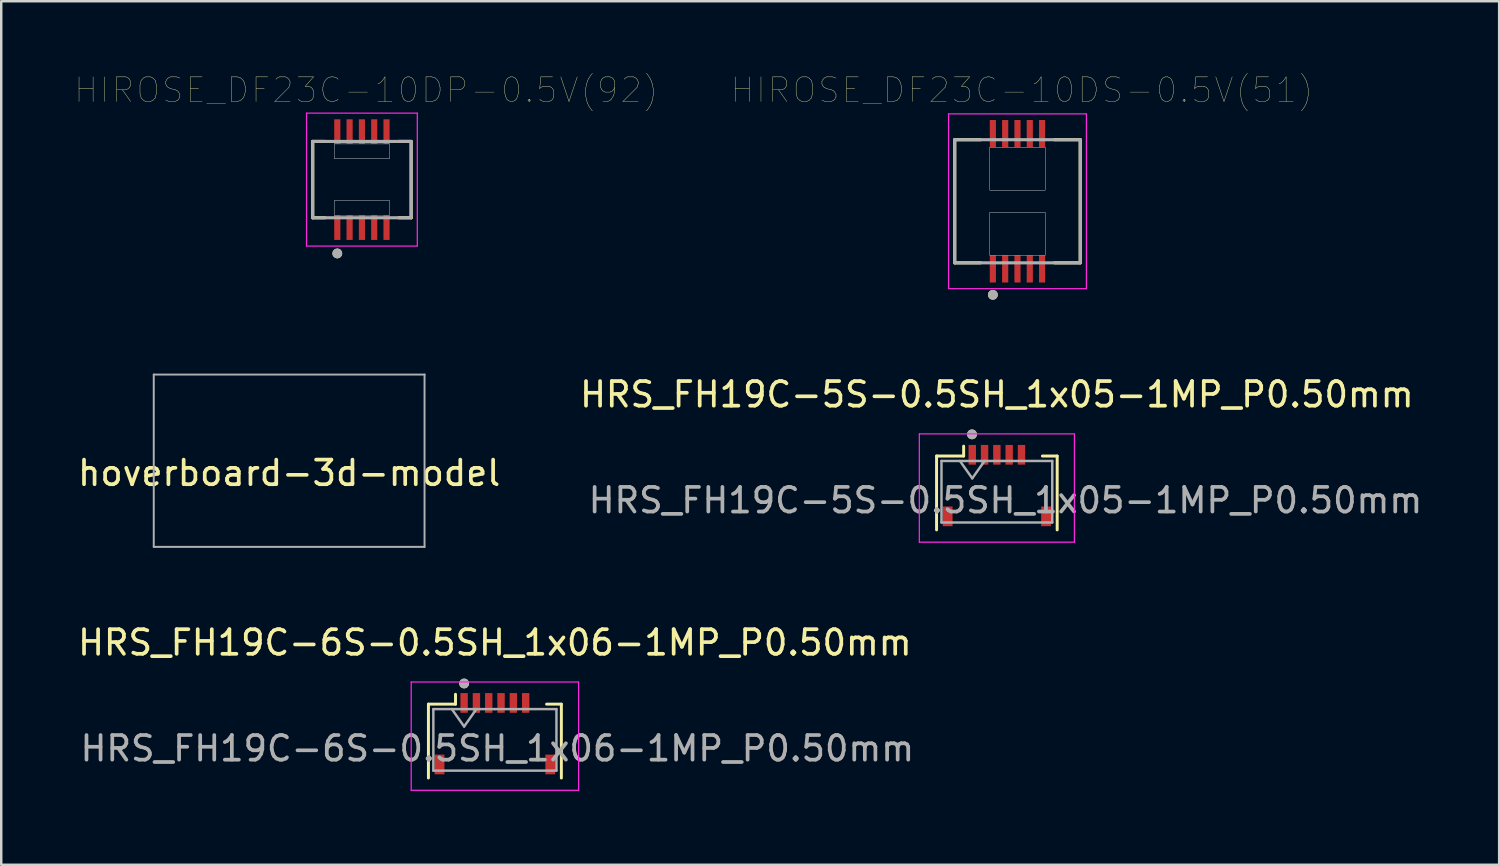
<source format=kicad_pcb>
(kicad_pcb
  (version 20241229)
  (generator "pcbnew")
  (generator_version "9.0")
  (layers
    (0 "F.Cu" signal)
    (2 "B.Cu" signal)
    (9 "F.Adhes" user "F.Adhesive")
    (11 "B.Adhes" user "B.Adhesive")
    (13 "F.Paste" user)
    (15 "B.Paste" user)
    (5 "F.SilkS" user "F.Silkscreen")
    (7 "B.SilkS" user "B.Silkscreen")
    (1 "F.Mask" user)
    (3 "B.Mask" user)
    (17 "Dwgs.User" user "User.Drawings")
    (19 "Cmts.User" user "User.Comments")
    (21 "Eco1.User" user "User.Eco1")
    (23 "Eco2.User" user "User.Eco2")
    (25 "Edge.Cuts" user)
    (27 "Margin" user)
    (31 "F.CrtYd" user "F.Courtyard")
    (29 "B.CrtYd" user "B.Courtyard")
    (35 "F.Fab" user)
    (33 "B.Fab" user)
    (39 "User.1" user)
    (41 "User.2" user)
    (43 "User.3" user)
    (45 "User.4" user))
  (footprint "hoverboard-3d-model"
    (layer "F.Cu")
    (at 8.696 15.666)
    (property "Reference" "hoverboard-3d-model" (at 0 0.5 0) (layer "F.SilkS") (effects (font (size 1 1) (thickness 0.15))))
    (attr through_hole)
    (fp_line (start -5.5 -3.5) (end -5.5 3.5) (stroke (width 0.08) (type solid)) (layer "F.Fab"))
    (fp_line (start -5.5 3.5) (end 5.5 3.5) (stroke (width 0.08) (type solid)) (layer "F.Fab"))
    (fp_line (start 5.5 -3.5) (end -5.5 -3.5) (stroke (width 0.08) (type solid)) (layer "F.Fab"))
    (fp_line (start 5.5 3.5) (end 5.5 -3.5) (stroke (width 0.08) (type solid)) (layer "F.Fab")))
  (footprint "HRS_FH19C-5S-0.5SH_1x05-1MP_P0.50mm"
    (layer "F.Cu")
    (at 37.446 16.675)
    (property "Reference" "HRS_FH19C-5S-0.5SH_1x05-1MP_P0.50mm" (at 0 -3.7 0) (layer "F.SilkS") (effects (font (size 1 1) (thickness 0.15))))
    (attr smd)
    (fp_line (start -2.45 -1.2) (end -2.45 1.8) (stroke (width 0.12) (type solid)) (layer "F.SilkS"))
    (fp_line (start -1.35 -1.6) (end -1.35 -1.2) (stroke (width 0.12) (type solid)) (layer "F.SilkS"))
    (fp_line (start -1.35 -1.2) (end -2.45 -1.2) (stroke (width 0.12) (type solid)) (layer "F.SilkS"))
    (fp_line (start 1.85 -1.2) (end 2.45 -1.2) (stroke (width 0.12) (type solid)) (layer "F.SilkS"))
    (fp_line (start 2.45 -1.2) (end 2.45 1.8) (stroke (width 0.12) (type solid)) (layer "F.SilkS"))
    (fp_circle (center -1.01 -2.08) (end -0.91 -2.08) (stroke (width 0.2) (type solid)) (fill no) (layer "F.SilkS"))
    (fp_line (start -3.15 -2.1) (end -3.15 2.3) (stroke (width 0.05) (type solid)) (layer "F.CrtYd"))
    (fp_line (start -3.15 2.3) (end 3.15 2.3) (stroke (width 0.05) (type solid)) (layer "F.CrtYd"))
    (fp_line (start 3.15 -2.1) (end -3.15 -2.1) (stroke (width 0.05) (type solid)) (layer "F.CrtYd"))
    (fp_line (start 3.15 2.3) (end 3.15 -2.1) (stroke (width 0.05) (type solid)) (layer "F.CrtYd"))
    (fp_line (start -2.25 -1) (end -2.25 1.5) (stroke (width 0.1) (type solid)) (layer "F.Fab"))
    (fp_line (start -2.25 1.5) (end 2.25 1.5) (stroke (width 0.1) (type solid)) (layer "F.Fab"))
    (fp_line (start -1.5 -1) (end -1 -0.293) (stroke (width 0.1) (type solid)) (layer "F.Fab"))
    (fp_line (start -1 -0.293) (end -0.5 -1) (stroke (width 0.1) (type solid)) (layer "F.Fab"))
    (fp_line (start 0.25 -1) (end -2.25 -1) (stroke (width 0.1) (type solid)) (layer "F.Fab"))
    (fp_line (start 0.25 -1) (end 2.25 -1) (stroke (width 0.1) (type solid)) (layer "F.Fab"))
    (fp_line (start 2.25 -1) (end 2.25 1.5) (stroke (width 0.1) (type solid)) (layer "F.Fab"))
    (fp_circle (center -1.01 -2.08) (end -0.91 -2.08) (stroke (width 0.2) (type solid)) (fill no) (layer "F.Fab"))
    (fp_text user "${REFERENCE}" (at 0.35 0.6 0) (layer "F.Fab") (effects (font (size 1 1) (thickness 0.15))))
    (pad "1" smd rect (at -1 -1.25) (size 0.3 0.8) (layers "F.Cu" "F.Mask" "F.Paste"))
    (pad "2" smd rect (at -0.5 -1.25) (size 0.3 0.8) (layers "F.Cu" "F.Mask" "F.Paste"))
    (pad "3" smd rect (at 0 -1.25) (size 0.3 0.8) (layers "F.Cu" "F.Mask" "F.Paste"))
    (pad "4" smd rect (at 0.5 -1.25) (size 0.3 0.8) (layers "F.Cu" "F.Mask" "F.Paste"))
    (pad "5" smd rect (at 1 -1.25) (size 0.3 0.8) (layers "F.Cu" "F.Mask" "F.Paste"))
    (pad "MP" smd rect (at -2 1.25) (size 0.4 0.8) (layers "F.Cu" "F.Mask" "F.Paste"))
    (pad "MP" smd rect (at 2 1.25) (size 0.4 0.8) (layers "F.Cu" "F.Mask" "F.Paste")))
  (footprint "HIROSE_DF23C-10DP-0.5V(92)"
    (layer "F.Cu")
    (at 11.652 4.246)
    (property "Reference" "HIROSE_DF23C-10DP-0.5V(92)" (at 0.175 -3.635 0) (layer "F.SilkS") (effects (font (size 1 1) (thickness 0.015))))
    (attr through_hole)
    (fp_line (start -2 -1.55) (end -1.5 -1.55) (stroke (width 0.127) (type solid)) (layer "F.SilkS"))
    (fp_line (start -2 1.55) (end -2 -1.55) (stroke (width 0.127) (type solid)) (layer "F.SilkS"))
    (fp_line (start -1.5 1.55) (end -2 1.55) (stroke (width 0.127) (type solid)) (layer "F.SilkS"))
    (fp_line (start 1.5 -1.55) (end 2 -1.55) (stroke (width 0.127) (type solid)) (layer "F.SilkS"))
    (fp_line (start 2 -1.55) (end 2 1.55) (stroke (width 0.127) (type solid)) (layer "F.SilkS"))
    (fp_line (start 2 1.55) (end 1.5 1.55) (stroke (width 0.127) (type solid)) (layer "F.SilkS"))
    (fp_circle (center -1 3) (end -0.9 3) (stroke (width 0.2) (type solid)) (fill no) (layer "F.SilkS"))
    (fp_poly (pts (xy -1.125 -1.45) (xy 1.125 -1.45) (xy 1.125 -0.85) (xy -1.125 -0.85)) (stroke (width 0.01) (type solid)) (fill no) (layer "Dwgs.User"))
    (fp_poly (pts (xy -1.125 -1.45) (xy 1.125 -1.45) (xy 1.125 -0.85) (xy -1.125 -0.85)) (stroke (width 0.01) (type solid)) (fill no) (layer "Dwgs.User"))
    (fp_poly (pts (xy -1.125 0.85) (xy 1.125 0.85) (xy 1.125 1.45) (xy -1.125 1.45)) (stroke (width 0.01) (type solid)) (fill no) (layer "Dwgs.User"))
    (fp_poly (pts (xy -1.125 0.85) (xy 1.125 0.85) (xy 1.125 1.45) (xy -1.125 1.45)) (stroke (width 0.01) (type solid)) (fill no) (layer "Dwgs.User"))
    (fp_line (start -2.25 -2.7) (end 2.25 -2.7) (stroke (width 0.05) (type solid)) (layer "F.CrtYd"))
    (fp_line (start -2.25 2.7) (end -2.25 -2.7) (stroke (width 0.05) (type solid)) (layer "F.CrtYd"))
    (fp_line (start 2.25 -2.7) (end 2.25 2.7) (stroke (width 0.05) (type solid)) (layer "F.CrtYd"))
    (fp_line (start 2.25 2.7) (end -2.25 2.7) (stroke (width 0.05) (type solid)) (layer "F.CrtYd"))
    (fp_line (start -2 -1.55) (end 2 -1.55) (stroke (width 0.127) (type solid)) (layer "F.Fab"))
    (fp_line (start -2 1.55) (end -2 -1.55) (stroke (width 0.127) (type solid)) (layer "F.Fab"))
    (fp_line (start 2 -1.55) (end 2 1.55) (stroke (width 0.127) (type solid)) (layer "F.Fab"))
    (fp_line (start 2 1.55) (end -2 1.55) (stroke (width 0.127) (type solid)) (layer "F.Fab"))
    (fp_circle (center -1 3) (end -0.9 3) (stroke (width 0.2) (type solid)) (fill no) (layer "F.Fab"))
    (pad "1" smd rect (at -1 1.95) (size 0.25 1) (layers "F.Cu" "F.Mask" "F.Paste"))
    (pad "2" smd rect (at -1 -1.95) (size 0.25 1) (layers "F.Cu" "F.Mask" "F.Paste"))
    (pad "3" smd rect (at -0.5 1.95) (size 0.25 1) (layers "F.Cu" "F.Mask" "F.Paste"))
    (pad "4" smd rect (at -0.5 -1.95) (size 0.25 1) (layers "F.Cu" "F.Mask" "F.Paste"))
    (pad "5" smd rect (at 0 1.95) (size 0.25 1) (layers "F.Cu" "F.Mask" "F.Paste"))
    (pad "6" smd rect (at 0 -1.95) (size 0.25 1) (layers "F.Cu" "F.Mask" "F.Paste"))
    (pad "7" smd rect (at 0.5 1.95) (size 0.25 1) (layers "F.Cu" "F.Mask" "F.Paste"))
    (pad "8" smd rect (at 0.5 -1.95) (size 0.25 1) (layers "F.Cu" "F.Mask" "F.Paste"))
    (pad "9" smd rect (at 1 1.95) (size 0.25 1) (layers "F.Cu" "F.Mask" "F.Paste"))
    (pad "10" smd rect (at 1 -1.95) (size 0.25 1) (layers "F.Cu" "F.Mask" "F.Paste")))
  (footprint "HRS_FH19C-6S-0.5SH_1x06-1MP_P0.50mm"
    (layer "F.Cu")
    (at 17.054 26.755)
    (property "Reference" "HRS_FH19C-6S-0.5SH_1x06-1MP_P0.50mm" (at 0 -3.7 0) (layer "F.SilkS") (effects (font (size 1 1) (thickness 0.15))))
    (attr smd)
    (fp_line (start -2.7 -1.2) (end -2.7 1.8) (stroke (width 0.12) (type solid)) (layer "F.SilkS"))
    (fp_line (start -1.6 -1.6) (end -1.6 -1.2) (stroke (width 0.12) (type solid)) (layer "F.SilkS"))
    (fp_line (start -1.6 -1.2) (end -2.7 -1.2) (stroke (width 0.12) (type solid)) (layer "F.SilkS"))
    (fp_line (start 2.1 -1.2) (end 2.7 -1.2) (stroke (width 0.12) (type solid)) (layer "F.SilkS"))
    (fp_line (start 2.7 -1.2) (end 2.7 1.8) (stroke (width 0.12) (type solid)) (layer "F.SilkS"))
    (fp_circle (center -1.25 -2.04) (end -1.15 -2.04) (stroke (width 0.2) (type solid)) (fill no) (layer "F.SilkS"))
    (fp_line (start -3.4 -2.1) (end -3.4 2.3) (stroke (width 0.05) (type solid)) (layer "F.CrtYd"))
    (fp_line (start -3.4 2.3) (end 3.4 2.3) (stroke (width 0.05) (type solid)) (layer "F.CrtYd"))
    (fp_line (start 3.4 -2.1) (end -3.4 -2.1) (stroke (width 0.05) (type solid)) (layer "F.CrtYd"))
    (fp_line (start 3.4 2.3) (end 3.4 -2.1) (stroke (width 0.05) (type solid)) (layer "F.CrtYd"))
    (fp_line (start -2.5 -1) (end -2.5 1.5) (stroke (width 0.1) (type solid)) (layer "F.Fab"))
    (fp_line (start -2.5 1.5) (end 2.5 1.5) (stroke (width 0.1) (type solid)) (layer "F.Fab"))
    (fp_line (start -1.75 -1) (end -1.25 -0.293) (stroke (width 0.1) (type solid)) (layer "F.Fab"))
    (fp_line (start -1.25 -0.293) (end -0.75 -1) (stroke (width 0.1) (type solid)) (layer "F.Fab"))
    (fp_line (start 0 -1) (end -2.5 -1) (stroke (width 0.1) (type solid)) (layer "F.Fab"))
    (fp_line (start 0 -1) (end 2.5 -1) (stroke (width 0.1) (type solid)) (layer "F.Fab"))
    (fp_line (start 2.5 -1) (end 2.5 1.5) (stroke (width 0.1) (type solid)) (layer "F.Fab"))
    (fp_circle (center -1.25 -2.04) (end -1.15 -2.04) (stroke (width 0.2) (type solid)) (fill no) (layer "F.Fab"))
    (fp_text user "${REFERENCE}" (at 0.1 0.6 0) (layer "F.Fab") (effects (font (size 1 1) (thickness 0.15))))
    (pad "1" smd rect (at -1.25 -1.25) (size 0.3 0.8) (layers "F.Cu" "F.Mask" "F.Paste"))
    (pad "2" smd rect (at -0.75 -1.25) (size 0.3 0.8) (layers "F.Cu" "F.Mask" "F.Paste"))
    (pad "3" smd rect (at -0.25 -1.25) (size 0.3 0.8) (layers "F.Cu" "F.Mask" "F.Paste"))
    (pad "4" smd rect (at 0.25 -1.25) (size 0.3 0.8) (layers "F.Cu" "F.Mask" "F.Paste"))
    (pad "5" smd rect (at 0.75 -1.25) (size 0.3 0.8) (layers "F.Cu" "F.Mask" "F.Paste"))
    (pad "6" smd rect (at 1.25 -1.25) (size 0.3 0.8) (layers "F.Cu" "F.Mask" "F.Paste"))
    (pad "MP" smd rect (at -2.25 1.25) (size 0.4 0.8) (layers "F.Cu" "F.Mask" "F.Paste"))
    (pad "MP" smd rect (at 2.25 1.25) (size 0.4 0.8) (layers "F.Cu" "F.Mask" "F.Paste")))
  (footprint "HIROSE_DF23C-10DS-0.5V(51)"
    (layer "F.Cu")
    (at 38.283 5.126)
    (property "Reference" "HIROSE_DF23C-10DS-0.5V(51)" (at 0.175 -4.515 0) (layer "F.SilkS") (effects (font (size 1 1) (thickness 0.015))))
    (attr through_hole)
    (fp_line (start -2.55 -2.5) (end -1.5 -2.5) (stroke (width 0.127) (type solid)) (layer "F.SilkS"))
    (fp_line (start -2.55 2.5) (end -2.55 -2.5) (stroke (width 0.127) (type solid)) (layer "F.SilkS"))
    (fp_line (start -1.5 2.5) (end -2.55 2.5) (stroke (width 0.127) (type solid)) (layer "F.SilkS"))
    (fp_line (start 1.5 -2.5) (end 2.55 -2.5) (stroke (width 0.127) (type solid)) (layer "F.SilkS"))
    (fp_line (start 2.55 -2.5) (end 2.55 2.5) (stroke (width 0.127) (type solid)) (layer "F.SilkS"))
    (fp_line (start 2.55 2.5) (end 1.5 2.5) (stroke (width 0.127) (type solid)) (layer "F.SilkS"))
    (fp_circle (center -1 3.8) (end -0.9 3.8) (stroke (width 0.2) (type solid)) (fill no) (layer "F.SilkS"))
    (fp_poly (pts (xy -1.125 -2.2) (xy 1.125 -2.2) (xy 1.125 -0.45) (xy -1.125 -0.45)) (stroke (width 0.01) (type solid)) (fill no) (layer "Dwgs.User"))
    (fp_poly (pts (xy -1.125 -2.2) (xy 1.125 -2.2) (xy 1.125 -0.45) (xy -1.125 -0.45)) (stroke (width 0.01) (type solid)) (fill no) (layer "Dwgs.User"))
    (fp_poly (pts (xy -1.125 0.45) (xy 1.125 0.45) (xy 1.125 2.2) (xy -1.125 2.2)) (stroke (width 0.01) (type solid)) (fill no) (layer "Dwgs.User"))
    (fp_poly (pts (xy -1.125 0.45) (xy 1.125 0.45) (xy 1.125 2.2) (xy -1.125 2.2)) (stroke (width 0.01) (type solid)) (fill no) (layer "Dwgs.User"))
    (fp_line (start -2.8 -3.55) (end 2.8 -3.55) (stroke (width 0.05) (type solid)) (layer "F.CrtYd"))
    (fp_line (start -2.8 3.55) (end -2.8 -3.55) (stroke (width 0.05) (type solid)) (layer "F.CrtYd"))
    (fp_line (start 2.8 -3.55) (end 2.8 3.55) (stroke (width 0.05) (type solid)) (layer "F.CrtYd"))
    (fp_line (start 2.8 3.55) (end -2.8 3.55) (stroke (width 0.05) (type solid)) (layer "F.CrtYd"))
    (fp_line (start -2.55 -2.5) (end 2.55 -2.5) (stroke (width 0.127) (type solid)) (layer "F.Fab"))
    (fp_line (start -2.55 2.5) (end -2.55 -2.5) (stroke (width 0.127) (type solid)) (layer "F.Fab"))
    (fp_line (start 2.55 -2.5) (end 2.55 2.5) (stroke (width 0.127) (type solid)) (layer "F.Fab"))
    (fp_line (start 2.55 2.5) (end -2.55 2.5) (stroke (width 0.127) (type solid)) (layer "F.Fab"))
    (fp_circle (center -1 3.8) (end -0.9 3.8) (stroke (width 0.2) (type solid)) (fill no) (layer "F.Fab"))
    (pad "1" smd rect (at -1 2.75) (size 0.25 1.1) (layers "F.Cu" "F.Mask" "F.Paste"))
    (pad "2" smd rect (at -1 -2.75) (size 0.25 1.1) (layers "F.Cu" "F.Mask" "F.Paste"))
    (pad "3" smd rect (at -0.5 2.75) (size 0.25 1.1) (layers "F.Cu" "F.Mask" "F.Paste"))
    (pad "4" smd rect (at -0.5 -2.75) (size 0.25 1.1) (layers "F.Cu" "F.Mask" "F.Paste"))
    (pad "5" smd rect (at 0 2.75) (size 0.25 1.1) (layers "F.Cu" "F.Mask" "F.Paste"))
    (pad "6" smd rect (at 0 -2.75) (size 0.25 1.1) (layers "F.Cu" "F.Mask" "F.Paste"))
    (pad "7" smd rect (at 0.5 2.75) (size 0.25 1.1) (layers "F.Cu" "F.Mask" "F.Paste"))
    (pad "8" smd rect (at 0.5 -2.75) (size 0.25 1.1) (layers "F.Cu" "F.Mask" "F.Paste"))
    (pad "9" smd rect (at 1 2.75) (size 0.25 1.1) (layers "F.Cu" "F.Mask" "F.Paste"))
    (pad "10" smd rect (at 1 -2.75) (size 0.25 1.1) (layers "F.Cu" "F.Mask" "F.Paste")))
  (gr_rect
    (start -3 -3)
    (end 57.85 32.08)
    (stroke (width 0.1) (type default))
    (fill no)
    (layer "Edge.Cuts")))
</source>
